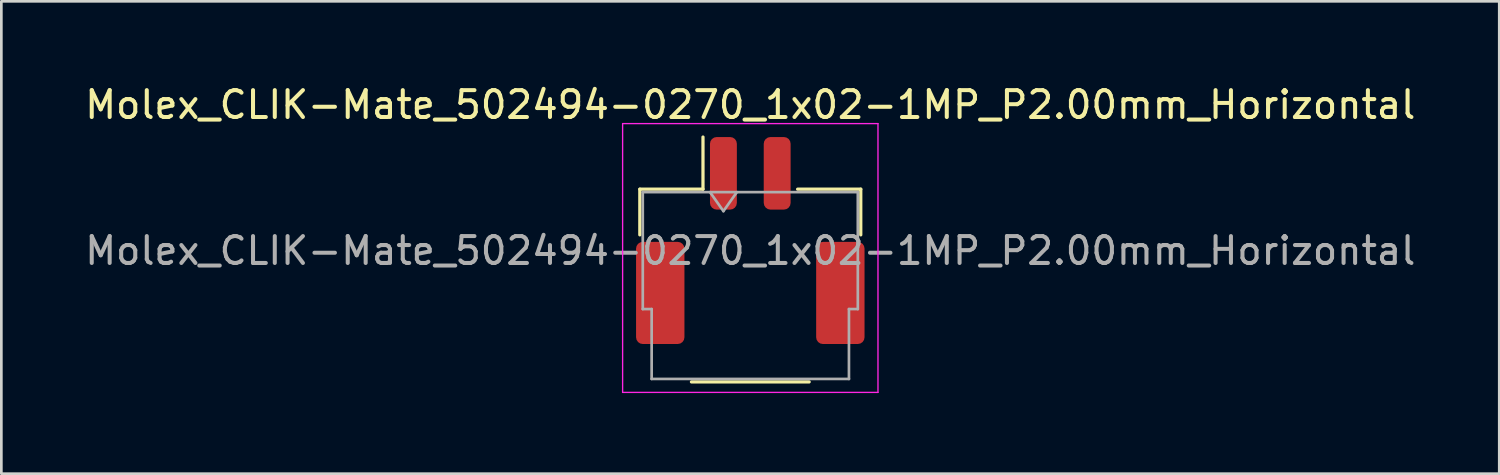
<source format=kicad_pcb>
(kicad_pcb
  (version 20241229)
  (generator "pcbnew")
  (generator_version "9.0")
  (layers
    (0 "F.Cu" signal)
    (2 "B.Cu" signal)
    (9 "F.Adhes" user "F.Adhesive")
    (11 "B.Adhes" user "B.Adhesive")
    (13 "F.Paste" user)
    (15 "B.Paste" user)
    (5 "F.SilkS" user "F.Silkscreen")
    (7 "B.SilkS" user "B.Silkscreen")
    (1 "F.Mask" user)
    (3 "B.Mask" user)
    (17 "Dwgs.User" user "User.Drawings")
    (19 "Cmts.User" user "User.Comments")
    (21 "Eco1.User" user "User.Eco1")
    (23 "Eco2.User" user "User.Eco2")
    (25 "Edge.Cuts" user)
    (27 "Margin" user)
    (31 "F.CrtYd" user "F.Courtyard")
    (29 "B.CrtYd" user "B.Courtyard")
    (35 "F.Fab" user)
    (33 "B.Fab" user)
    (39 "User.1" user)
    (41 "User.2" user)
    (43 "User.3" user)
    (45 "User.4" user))
  (footprint "Molex_CLIK-Mate_502494-0270_1x02-1MP_P2.00mm_Horizontal"
    (layer "F.Cu")
    (at 24.863 5.898)
    (property "Reference" "Molex_CLIK-Mate_502494-0270_1x02-1MP_P2.00mm_Horizontal" (at 0 -5.05 0) (layer "F.SilkS") (effects (font (size 1 1) (thickness 0.15))))
    (attr smd)
    (fp_line (start -4.11 -1.91) (end -1.76 -1.91) (stroke (width 0.12) (type solid)) (layer "F.SilkS"))
    (fp_line (start -4.11 -0.21) (end -4.11 -1.91) (stroke (width 0.12) (type solid)) (layer "F.SilkS"))
    (fp_line (start -2.19 5.26) (end 2.19 5.26) (stroke (width 0.12) (type solid)) (layer "F.SilkS"))
    (fp_line (start -1.76 -1.91) (end -1.76 -3.85) (stroke (width 0.12) (type solid)) (layer "F.SilkS"))
    (fp_line (start 4.11 -1.91) (end 1.76 -1.91) (stroke (width 0.12) (type solid)) (layer "F.SilkS"))
    (fp_line (start 4.11 -0.21) (end 4.11 -1.91) (stroke (width 0.12) (type solid)) (layer "F.SilkS"))
    (fp_line (start -4.75 -4.35) (end -4.75 5.65) (stroke (width 0.05) (type solid)) (layer "F.CrtYd"))
    (fp_line (start -4.75 5.65) (end 4.75 5.65) (stroke (width 0.05) (type solid)) (layer "F.CrtYd"))
    (fp_line (start 4.75 -4.35) (end -4.75 -4.35) (stroke (width 0.05) (type solid)) (layer "F.CrtYd"))
    (fp_line (start 4.75 5.65) (end 4.75 -4.35) (stroke (width 0.05) (type solid)) (layer "F.CrtYd"))
    (fp_line (start -4 -1.8) (end -4 2.55) (stroke (width 0.1) (type solid)) (layer "F.Fab"))
    (fp_line (start -4 -1.8) (end 4 -1.8) (stroke (width 0.1) (type solid)) (layer "F.Fab"))
    (fp_line (start -4 2.55) (end -3.67 2.55) (stroke (width 0.1) (type solid)) (layer "F.Fab"))
    (fp_line (start -3.67 2.55) (end -3.67 5.15) (stroke (width 0.1) (type solid)) (layer "F.Fab"))
    (fp_line (start -3.67 5.15) (end 3.67 5.15) (stroke (width 0.1) (type solid)) (layer "F.Fab"))
    (fp_line (start -1.5 -1.8) (end -1 -1.093) (stroke (width 0.1) (type solid)) (layer "F.Fab"))
    (fp_line (start -1 -1.093) (end -0.5 -1.8) (stroke (width 0.1) (type solid)) (layer "F.Fab"))
    (fp_line (start 3.67 2.55) (end 4 2.55) (stroke (width 0.1) (type solid)) (layer "F.Fab"))
    (fp_line (start 3.67 5.15) (end 3.67 2.55) (stroke (width 0.1) (type solid)) (layer "F.Fab"))
    (fp_line (start 4 -1.8) (end 4 2.55) (stroke (width 0.1) (type solid)) (layer "F.Fab"))
    (fp_text user "${REFERENCE}" (at 0 0.38 0) (layer "F.Fab") (effects (font (size 1 1) (thickness 0.15))))
    (pad "1" smd roundrect (at -1 -2.5) (size 1 2.7) (layers "F.Cu" "F.Mask" "F.Paste") (roundrect_rratio 0.25))
    (pad "2" smd roundrect (at 1 -2.5) (size 1 2.7) (layers "F.Cu" "F.Mask" "F.Paste") (roundrect_rratio 0.25))
    (pad "MP" smd roundrect (at -3.35 1.95) (size 1.8 3.8) (layers "F.Cu" "F.Mask" "F.Paste") (roundrect_rratio 0.139))
    (pad "MP" smd roundrect (at 3.35 1.95) (size 1.8 3.8) (layers "F.Cu" "F.Mask" "F.Paste") (roundrect_rratio 0.139)))
  (gr_rect
    (start -3 -3)
    (end 52.726 14.573)
    (stroke (width 0.1) (type default))
    (fill no)
    (layer "Edge.Cuts")))
</source>
